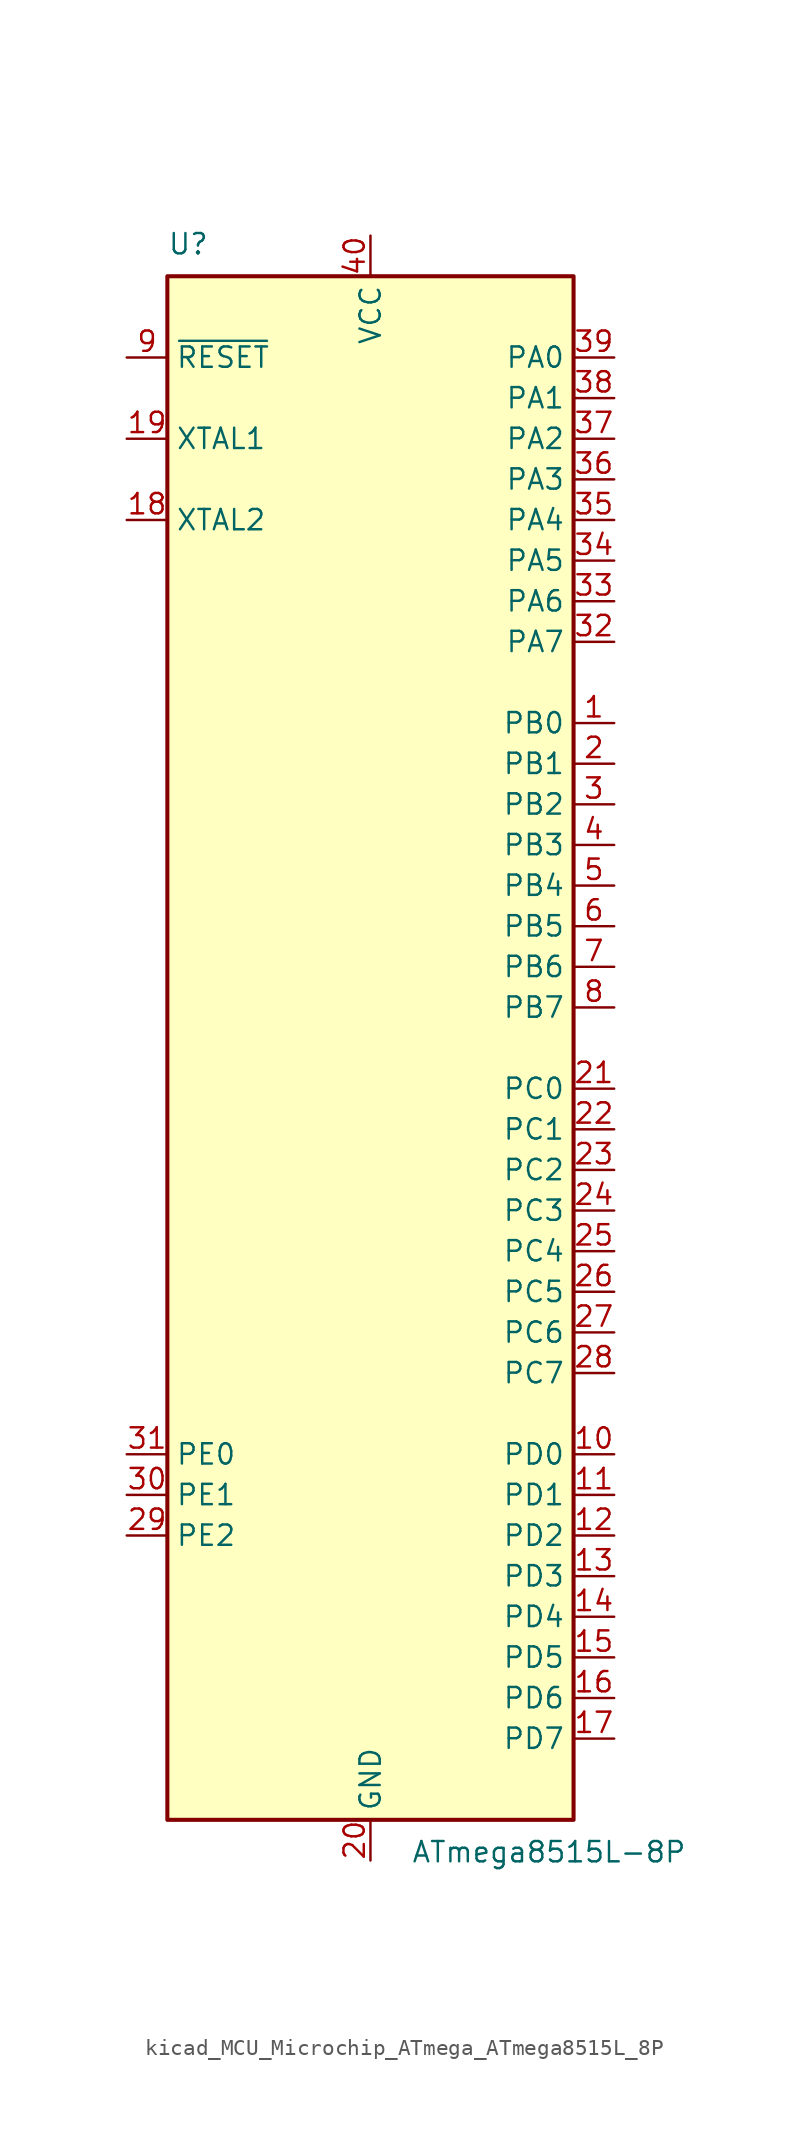
<source format=kicad_sym>
(kicad_symbol_lib
  (version 20220914)
  (generator kicad_symbol_editor)
  (symbol "kicad_MCU_Microchip_ATmega_ATmega8515L_8P"
    (property "Reference" "U"
      (at -12.7 49.53 0)
      (effects (font (size 1.27 1.27)) (justify left bottom)))
    (property "Value" "ATmega8515L-8P"
      (at 2.54 -49.53 0)
      (effects (font (size 1.27 1.27)) (justify left top)))
    (symbol "kicad_MCU_Microchip_ATmega_ATmega8515L_8P_0_1"
      (rectangle (start -12.7 -48.26) (end 12.7 48.26) (stroke (width 0.254) (type default)) (fill (type background))))
    (symbol "kicad_MCU_Microchip_ATmega_ATmega8515L_8P_1_1"
      (pin bidirectional line (at 15.24 20.32 180) (length 2.54) (name "PB0" (effects (font (size 1.27 1.27)))) (number "1" (effects (font (size 1.27 1.27)))))
      (pin bidirectional line (at 15.24 -25.4 180) (length 2.54) (name "PD0" (effects (font (size 1.27 1.27)))) (number "10" (effects (font (size 1.27 1.27)))))
      (pin bidirectional line (at 15.24 -27.94 180) (length 2.54) (name "PD1" (effects (font (size 1.27 1.27)))) (number "11" (effects (font (size 1.27 1.27)))))
      (pin bidirectional line (at 15.24 -30.48 180) (length 2.54) (name "PD2" (effects (font (size 1.27 1.27)))) (number "12" (effects (font (size 1.27 1.27)))))
      (pin bidirectional line (at 15.24 -33.02 180) (length 2.54) (name "PD3" (effects (font (size 1.27 1.27)))) (number "13" (effects (font (size 1.27 1.27)))))
      (pin bidirectional line (at 15.24 -35.56 180) (length 2.54) (name "PD4" (effects (font (size 1.27 1.27)))) (number "14" (effects (font (size 1.27 1.27)))))
      (pin bidirectional line (at 15.24 -38.1 180) (length 2.54) (name "PD5" (effects (font (size 1.27 1.27)))) (number "15" (effects (font (size 1.27 1.27)))))
      (pin bidirectional line (at 15.24 -40.64 180) (length 2.54) (name "PD6" (effects (font (size 1.27 1.27)))) (number "16" (effects (font (size 1.27 1.27)))))
      (pin bidirectional line (at 15.24 -43.18 180) (length 2.54) (name "PD7" (effects (font (size 1.27 1.27)))) (number "17" (effects (font (size 1.27 1.27)))))
      (pin output line (at -15.24 33.02 0) (length 2.54) (name "XTAL2" (effects (font (size 1.27 1.27)))) (number "18" (effects (font (size 1.27 1.27)))))
      (pin input line (at -15.24 38.1 0) (length 2.54) (name "XTAL1" (effects (font (size 1.27 1.27)))) (number "19" (effects (font (size 1.27 1.27)))))
      (pin bidirectional line (at 15.24 17.78 180) (length 2.54) (name "PB1" (effects (font (size 1.27 1.27)))) (number "2" (effects (font (size 1.27 1.27)))))
      (pin power_in line (at 0 -50.8 90) (length 2.54) (name "GND" (effects (font (size 1.27 1.27)))) (number "20" (effects (font (size 1.27 1.27)))))
      (pin bidirectional line (at 15.24 -2.54 180) (length 2.54) (name "PC0" (effects (font (size 1.27 1.27)))) (number "21" (effects (font (size 1.27 1.27)))))
      (pin bidirectional line (at 15.24 -5.08 180) (length 2.54) (name "PC1" (effects (font (size 1.27 1.27)))) (number "22" (effects (font (size 1.27 1.27)))))
      (pin bidirectional line (at 15.24 -7.62 180) (length 2.54) (name "PC2" (effects (font (size 1.27 1.27)))) (number "23" (effects (font (size 1.27 1.27)))))
      (pin bidirectional line (at 15.24 -10.16 180) (length 2.54) (name "PC3" (effects (font (size 1.27 1.27)))) (number "24" (effects (font (size 1.27 1.27)))))
      (pin bidirectional line (at 15.24 -12.7 180) (length 2.54) (name "PC4" (effects (font (size 1.27 1.27)))) (number "25" (effects (font (size 1.27 1.27)))))
      (pin bidirectional line (at 15.24 -15.24 180) (length 2.54) (name "PC5" (effects (font (size 1.27 1.27)))) (number "26" (effects (font (size 1.27 1.27)))))
      (pin bidirectional line (at 15.24 -17.78 180) (length 2.54) (name "PC6" (effects (font (size 1.27 1.27)))) (number "27" (effects (font (size 1.27 1.27)))))
      (pin bidirectional line (at 15.24 -20.32 180) (length 2.54) (name "PC7" (effects (font (size 1.27 1.27)))) (number "28" (effects (font (size 1.27 1.27)))))
      (pin bidirectional line (at -15.24 -30.48 0) (length 2.54) (name "PE2" (effects (font (size 1.27 1.27)))) (number "29" (effects (font (size 1.27 1.27)))))
      (pin bidirectional line (at 15.24 15.24 180) (length 2.54) (name "PB2" (effects (font (size 1.27 1.27)))) (number "3" (effects (font (size 1.27 1.27)))))
      (pin bidirectional line (at -15.24 -27.94 0) (length 2.54) (name "PE1" (effects (font (size 1.27 1.27)))) (number "30" (effects (font (size 1.27 1.27)))))
      (pin bidirectional line (at -15.24 -25.4 0) (length 2.54) (name "PE0" (effects (font (size 1.27 1.27)))) (number "31" (effects (font (size 1.27 1.27)))))
      (pin bidirectional line (at 15.24 25.4 180) (length 2.54) (name "PA7" (effects (font (size 1.27 1.27)))) (number "32" (effects (font (size 1.27 1.27)))))
      (pin bidirectional line (at 15.24 27.94 180) (length 2.54) (name "PA6" (effects (font (size 1.27 1.27)))) (number "33" (effects (font (size 1.27 1.27)))))
      (pin bidirectional line (at 15.24 30.48 180) (length 2.54) (name "PA5" (effects (font (size 1.27 1.27)))) (number "34" (effects (font (size 1.27 1.27)))))
      (pin bidirectional line (at 15.24 33.02 180) (length 2.54) (name "PA4" (effects (font (size 1.27 1.27)))) (number "35" (effects (font (size 1.27 1.27)))))
      (pin bidirectional line (at 15.24 35.56 180) (length 2.54) (name "PA3" (effects (font (size 1.27 1.27)))) (number "36" (effects (font (size 1.27 1.27)))))
      (pin bidirectional line (at 15.24 38.1 180) (length 2.54) (name "PA2" (effects (font (size 1.27 1.27)))) (number "37" (effects (font (size 1.27 1.27)))))
      (pin bidirectional line (at 15.24 40.64 180) (length 2.54) (name "PA1" (effects (font (size 1.27 1.27)))) (number "38" (effects (font (size 1.27 1.27)))))
      (pin bidirectional line (at 15.24 43.18 180) (length 2.54) (name "PA0" (effects (font (size 1.27 1.27)))) (number "39" (effects (font (size 1.27 1.27)))))
      (pin bidirectional line (at 15.24 12.7 180) (length 2.54) (name "PB3" (effects (font (size 1.27 1.27)))) (number "4" (effects (font (size 1.27 1.27)))))
      (pin power_in line (at 0 50.8 270) (length 2.54) (name "VCC" (effects (font (size 1.27 1.27)))) (number "40" (effects (font (size 1.27 1.27)))))
      (pin bidirectional line (at 15.24 10.16 180) (length 2.54) (name "PB4" (effects (font (size 1.27 1.27)))) (number "5" (effects (font (size 1.27 1.27)))))
      (pin bidirectional line (at 15.24 7.62 180) (length 2.54) (name "PB5" (effects (font (size 1.27 1.27)))) (number "6" (effects (font (size 1.27 1.27)))))
      (pin bidirectional line (at 15.24 5.08 180) (length 2.54) (name "PB6" (effects (font (size 1.27 1.27)))) (number "7" (effects (font (size 1.27 1.27)))))
      (pin bidirectional line (at 15.24 2.54 180) (length 2.54) (name "PB7" (effects (font (size 1.27 1.27)))) (number "8" (effects (font (size 1.27 1.27)))))
      (pin input line (at -15.24 43.18 0) (length 2.54) (name "~{RESET}" (effects (font (size 1.27 1.27)))) (number "9" (effects (font (size 1.27 1.27))))))))
</source>
